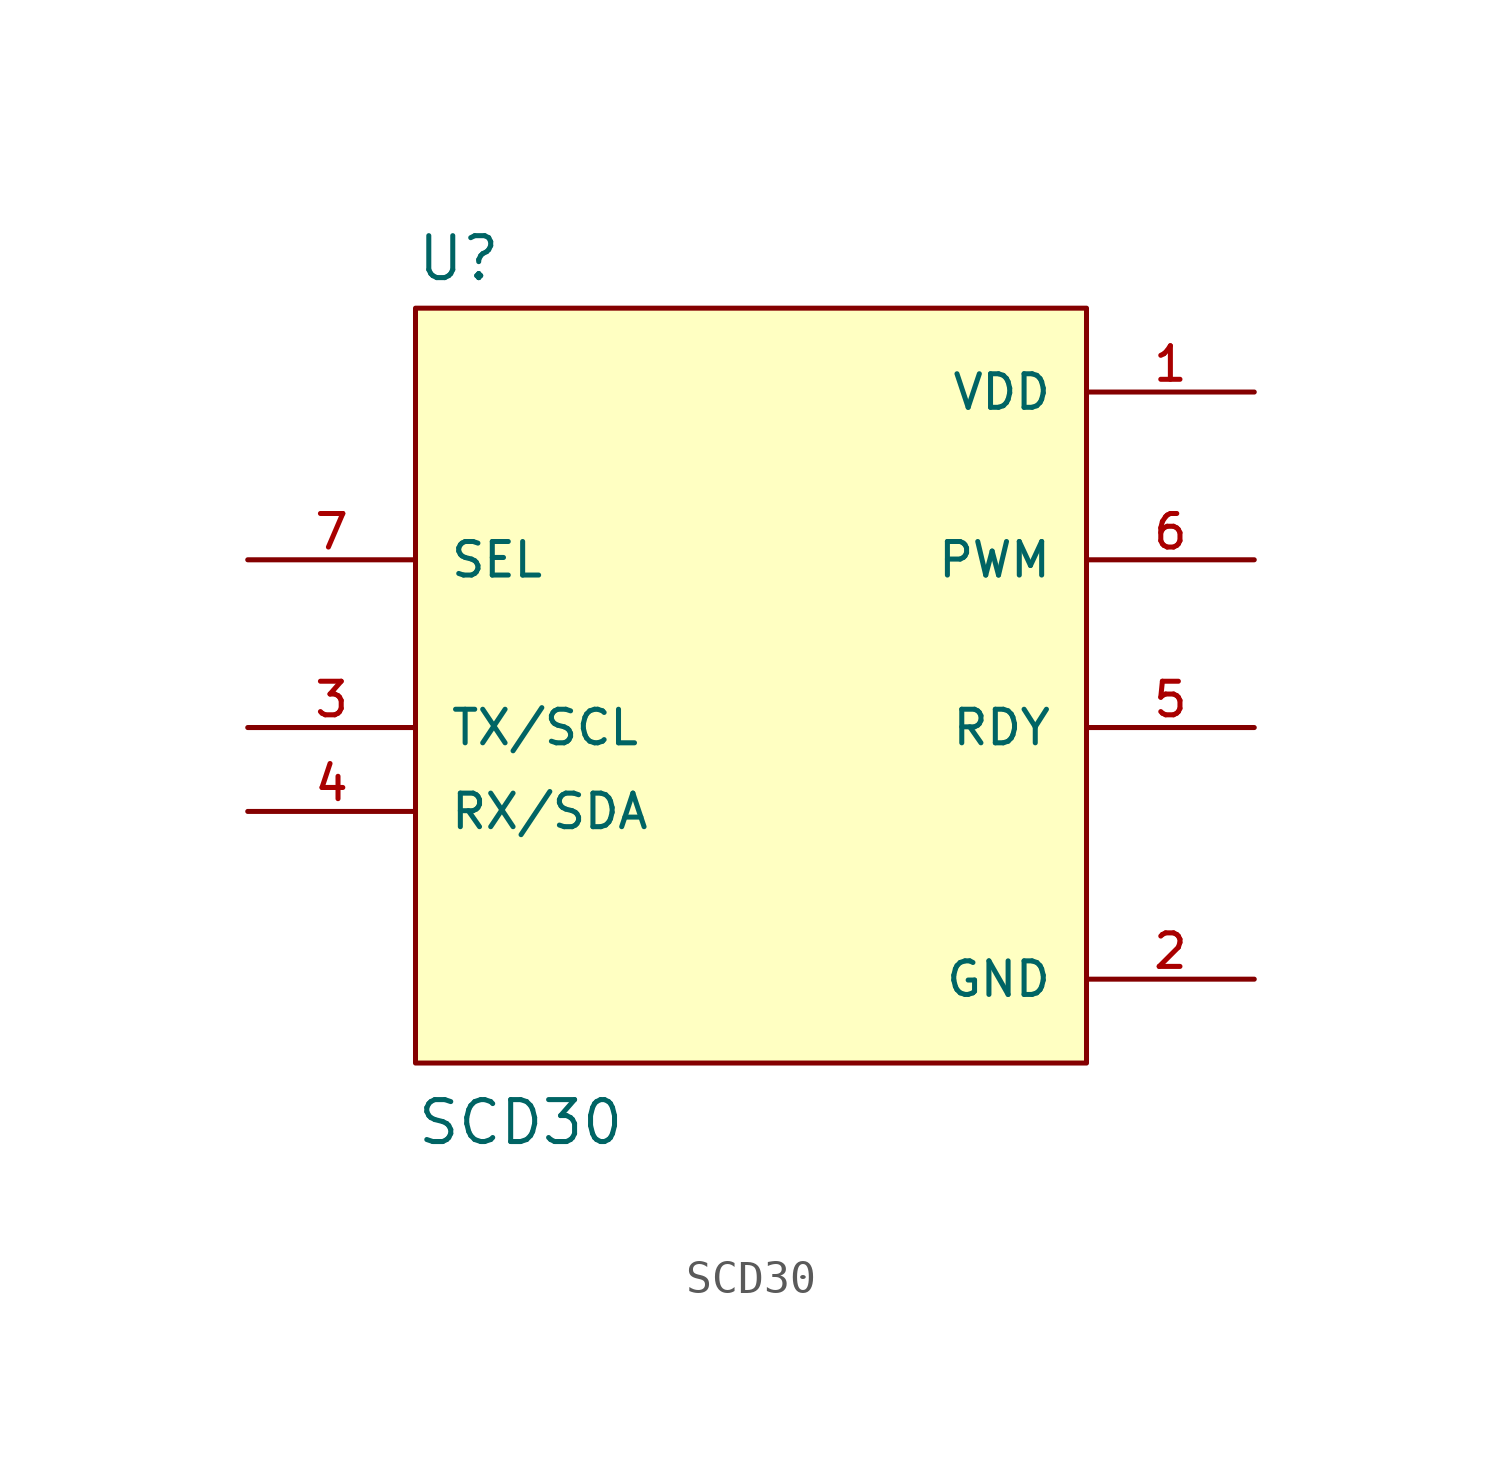
<source format=kicad_sym>
(kicad_symbol_lib
  (version 20211014)
  (generator kicad_symbol_editor)
  (symbol "SCD30"
    (pin_names
      (offset 1.016))
    (property "Reference" "U"
      (at -10.16 13.462 0)
      (effects (font (size 1.27 1.27)) (justify bottom left)))
    (property "Value" "SCD30"
      (at -10.16 -12.7 0)
      (effects (font (size 1.27 1.27)) (justify bottom left)))
    (symbol "SCD30_0_0"
      (rectangle (start -10.16 -10.16) (end 10.16 12.7) (stroke (width 0.152)) (fill (type background)))
      (pin power_in line (at 15.24 10.16 180.0) (length 5.08) (name "VDD" (effects (font (size 1.016 1.016)))) (number "1" (effects (font (size 1.016 1.016)))))
      (pin power_in line (at 15.24 -7.62 180.0) (length 5.08) (name "GND" (effects (font (size 1.016 1.016)))) (number "2" (effects (font (size 1.016 1.016)))))
      (pin bidirectional line (at 15.24 0.0 180.0) (length 5.08) (name "RDY" (effects (font (size 1.016 1.016)))) (number "5" (effects (font (size 1.016 1.016)))))
      (pin output line (at 15.24 5.08 180.0) (length 5.08) (name "PWM" (effects (font (size 1.016 1.016)))) (number "6" (effects (font (size 1.016 1.016)))))
      (pin input line (at -15.24 5.08 0) (length 5.08) (name "SEL" (effects (font (size 1.016 1.016)))) (number "7" (effects (font (size 1.016 1.016)))))
      (pin bidirectional line (at -15.24 -2.54 0) (length 5.08) (name "RX/SDA" (effects (font (size 1.016 1.016)))) (number "4" (effects (font (size 1.016 1.016)))))
      (pin bidirectional line (at -15.24 0.0 0) (length 5.08) (name "TX/SCL" (effects (font (size 1.016 1.016)))) (number "3" (effects (font (size 1.016 1.016))))))))
</source>
